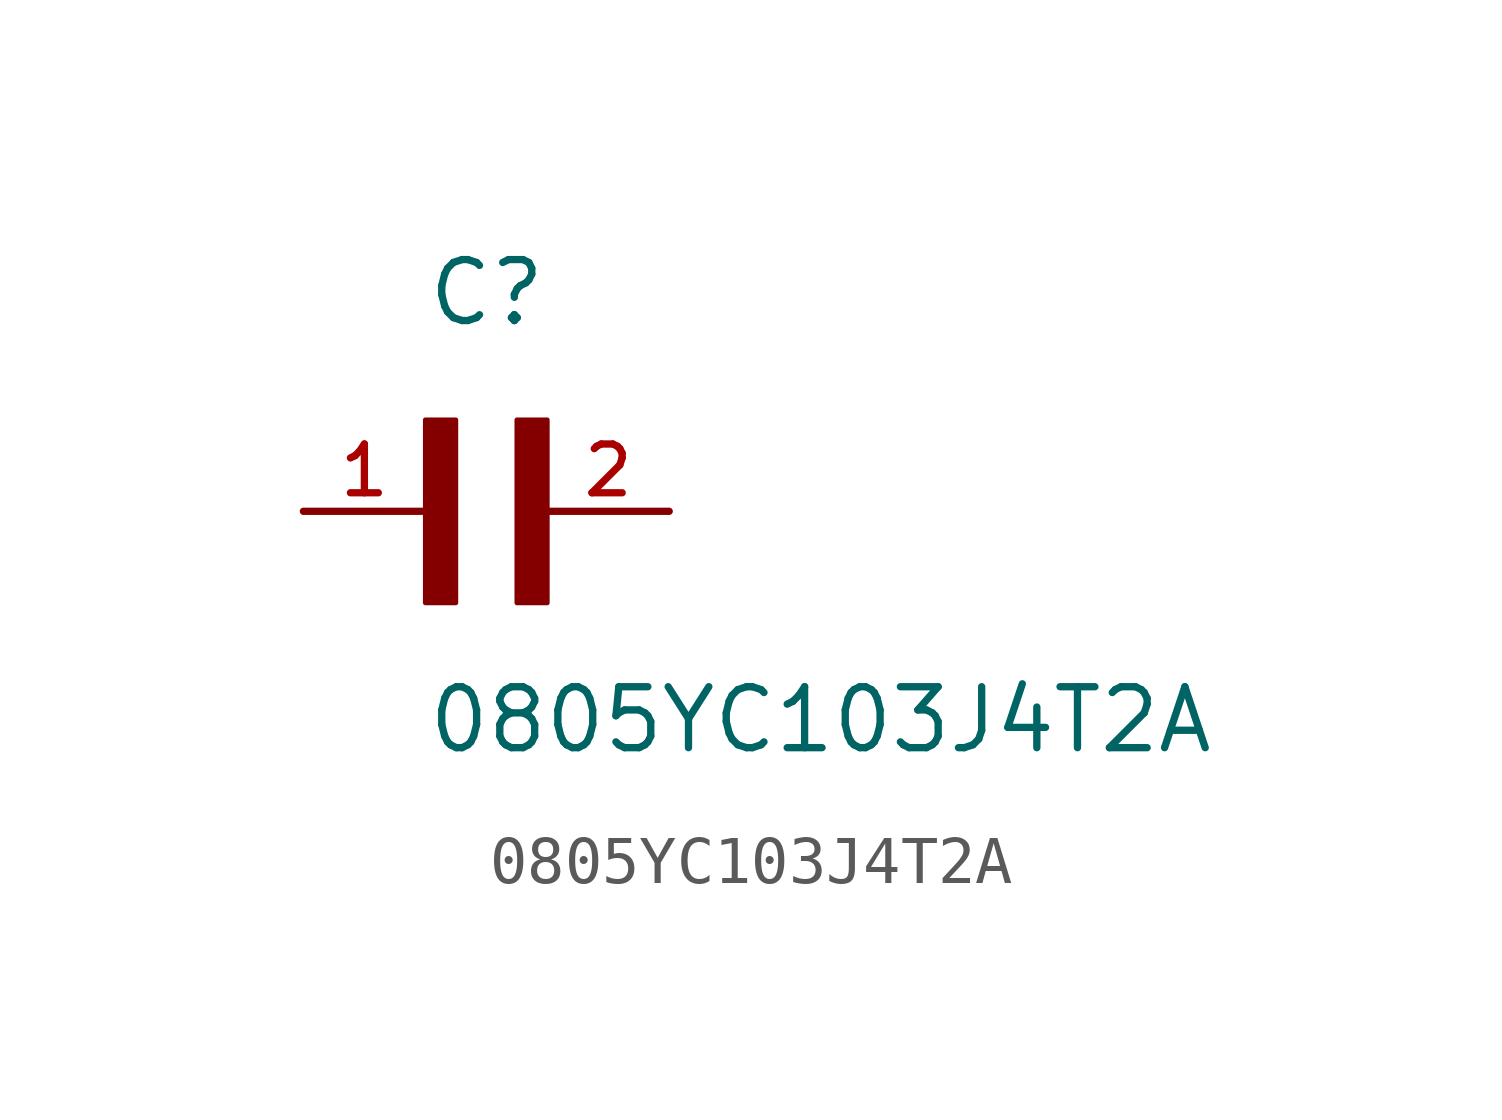
<source format=kicad_sym>
(kicad_symbol_lib
  (version 20211014)
  (generator kicad_symbol_editor)
  (symbol "0805YC103J4T2A"
    (pin_names
      (offset 1.016))
    (property "Reference" "C"
      (at 0.0 3.811 0)
      (effects (font (size 1.27 1.27)) (justify bottom left)))
    (property "Value" "0805YC103J4T2A"
      (at 0.0 -5.088 0)
      (effects (font (size 1.27 1.27)) (justify bottom left)))
    (symbol "0805YC103J4T2A_0_0"
      (rectangle (start 0.0 -1.907) (end 0.635 1.905) (stroke (width 0.1)) (fill (type outline)))
      (rectangle (start 1.907 -1.907) (end 2.54 1.905) (stroke (width 0.1)) (fill (type outline)))
      (pin passive line (at 5.08 0.0 180.0) (length 2.54) (name "~" (effects (font (size 1.016 1.016)))) (number "2" (effects (font (size 1.016 1.016)))))
      (pin passive line (at -2.54 0.0 0) (length 2.54) (name "~" (effects (font (size 1.016 1.016)))) (number "1" (effects (font (size 1.016 1.016))))))))
</source>
